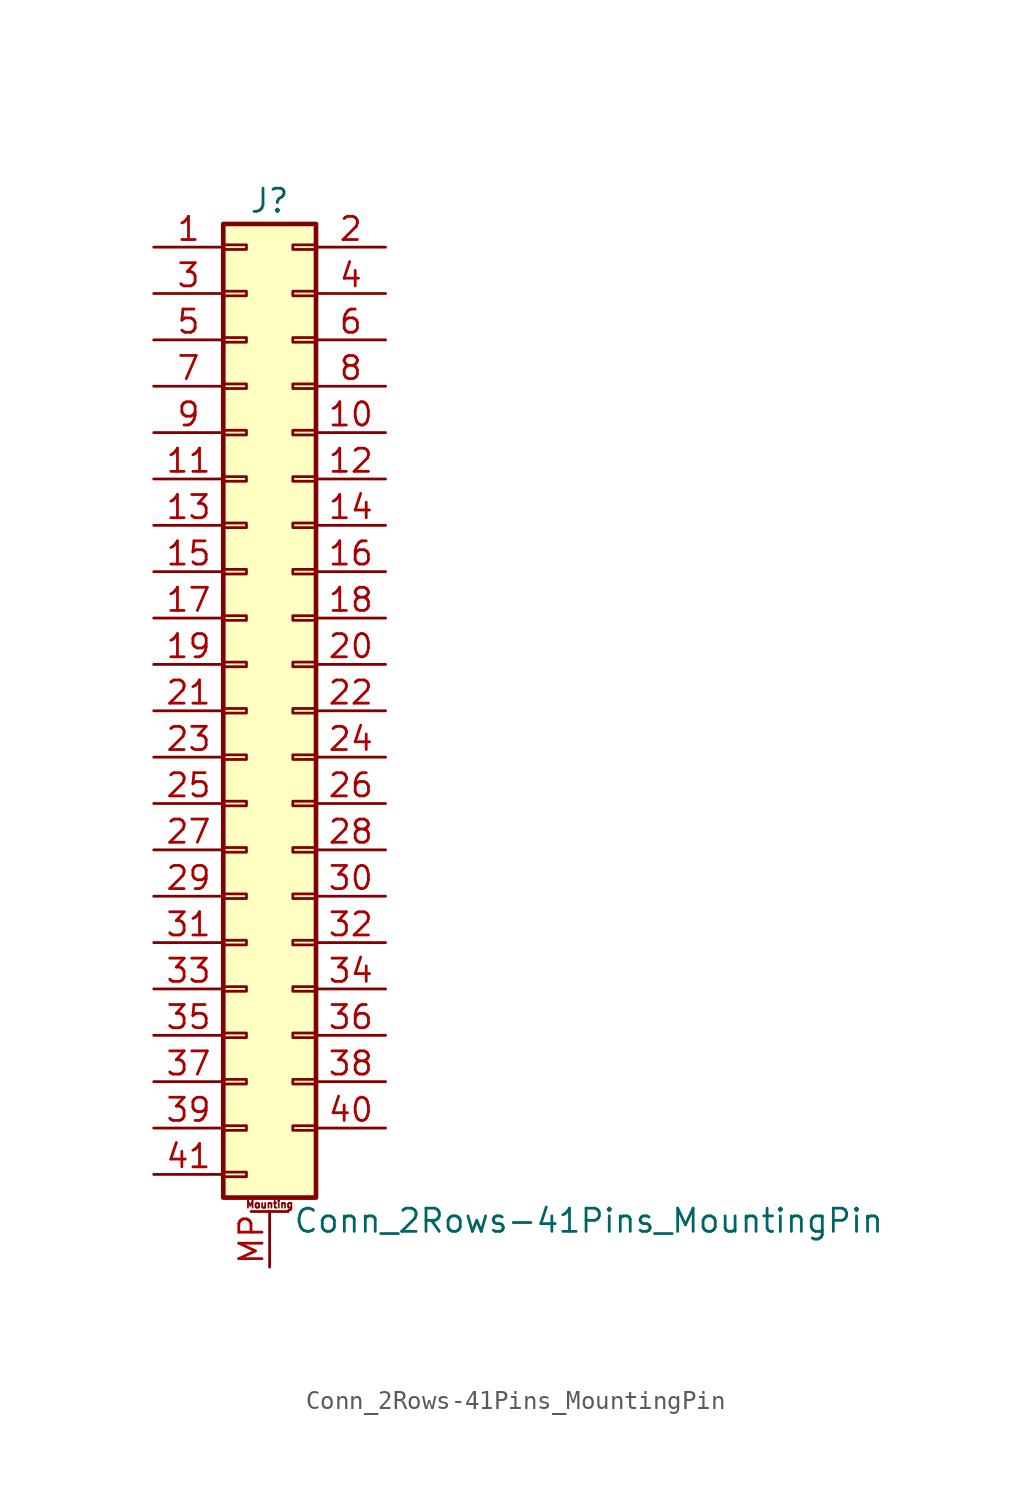
<source format=kicad_sym>
(kicad_symbol_lib
  (version 20211014)
  (generator kicad_symbol_editor)
  (symbol "Conn_2Rows-41Pins_MountingPin"
    (pin_names
      (offset 1.016) hide)
    (property "Reference" "J"
      (at 1.27 27.94 0)
      (effects (font (size 1.27 1.27))))
    (property "Value" "Conn_2Rows-41Pins_MountingPin"
      (at 2.54 -27.94 0)
      (effects (font (size 1.27 1.27)) (justify left)))
    (symbol "Conn_2Rows-41Pins_MountingPin_1_1"
      (rectangle (start -1.27 -25.273) (end 0 -25.527) (stroke (width 0.152) (type default) (color 0 0 0 0)) (fill (type none)))
      (rectangle (start -1.27 -22.733) (end 0 -22.987) (stroke (width 0.152) (type default) (color 0 0 0 0)) (fill (type none)))
      (rectangle (start -1.27 -20.193) (end 0 -20.447) (stroke (width 0.152) (type default) (color 0 0 0 0)) (fill (type none)))
      (rectangle (start -1.27 -17.653) (end 0 -17.907) (stroke (width 0.152) (type default) (color 0 0 0 0)) (fill (type none)))
      (rectangle (start -1.27 -15.113) (end 0 -15.367) (stroke (width 0.152) (type default) (color 0 0 0 0)) (fill (type none)))
      (rectangle (start -1.27 -12.573) (end 0 -12.827) (stroke (width 0.152) (type default) (color 0 0 0 0)) (fill (type none)))
      (rectangle (start -1.27 -10.033) (end 0 -10.287) (stroke (width 0.152) (type default) (color 0 0 0 0)) (fill (type none)))
      (rectangle (start -1.27 -7.493) (end 0 -7.747) (stroke (width 0.152) (type default) (color 0 0 0 0)) (fill (type none)))
      (rectangle (start -1.27 -4.953) (end 0 -5.207) (stroke (width 0.152) (type default) (color 0 0 0 0)) (fill (type none)))
      (rectangle (start -1.27 -2.413) (end 0 -2.667) (stroke (width 0.152) (type default) (color 0 0 0 0)) (fill (type none)))
      (rectangle (start -1.27 0.127) (end 0 -0.127) (stroke (width 0.152) (type default) (color 0 0 0 0)) (fill (type none)))
      (rectangle (start -1.27 2.667) (end 0 2.413) (stroke (width 0.152) (type default) (color 0 0 0 0)) (fill (type none)))
      (rectangle (start -1.27 5.207) (end 0 4.953) (stroke (width 0.152) (type default) (color 0 0 0 0)) (fill (type none)))
      (rectangle (start -1.27 7.747) (end 0 7.493) (stroke (width 0.152) (type default) (color 0 0 0 0)) (fill (type none)))
      (rectangle (start -1.27 10.287) (end 0 10.033) (stroke (width 0.152) (type default) (color 0 0 0 0)) (fill (type none)))
      (rectangle (start -1.27 12.827) (end 0 12.573) (stroke (width 0.152) (type default) (color 0 0 0 0)) (fill (type none)))
      (rectangle (start -1.27 15.367) (end 0 15.113) (stroke (width 0.152) (type default) (color 0 0 0 0)) (fill (type none)))
      (rectangle (start -1.27 17.907) (end 0 17.653) (stroke (width 0.152) (type default) (color 0 0 0 0)) (fill (type none)))
      (rectangle (start -1.27 20.447) (end 0 20.193) (stroke (width 0.152) (type default) (color 0 0 0 0)) (fill (type none)))
      (rectangle (start -1.27 22.987) (end 0 22.733) (stroke (width 0.152) (type default) (color 0 0 0 0)) (fill (type none)))
      (rectangle (start -1.27 25.527) (end 0 25.273) (stroke (width 0.152) (type default) (color 0 0 0 0)) (fill (type none)))
      (rectangle (start -1.27 26.67) (end 3.81 -26.67) (stroke (width 0.254) (type default) (color 0 0 0 0)) (fill (type background)))
      (polyline (pts (xy 0.254 -27.432) (xy 2.286 -27.432)) (stroke (width 0.152) (type default) (color 0 0 0 0)) (fill (type none)))
      (rectangle (start 3.81 -22.733) (end 2.54 -22.987) (stroke (width 0.152) (type default) (color 0 0 0 0)) (fill (type none)))
      (rectangle (start 3.81 -20.193) (end 2.54 -20.447) (stroke (width 0.152) (type default) (color 0 0 0 0)) (fill (type none)))
      (rectangle (start 3.81 -17.653) (end 2.54 -17.907) (stroke (width 0.152) (type default) (color 0 0 0 0)) (fill (type none)))
      (rectangle (start 3.81 -15.113) (end 2.54 -15.367) (stroke (width 0.152) (type default) (color 0 0 0 0)) (fill (type none)))
      (rectangle (start 3.81 -12.573) (end 2.54 -12.827) (stroke (width 0.152) (type default) (color 0 0 0 0)) (fill (type none)))
      (rectangle (start 3.81 -10.033) (end 2.54 -10.287) (stroke (width 0.152) (type default) (color 0 0 0 0)) (fill (type none)))
      (rectangle (start 3.81 -7.493) (end 2.54 -7.747) (stroke (width 0.152) (type default) (color 0 0 0 0)) (fill (type none)))
      (rectangle (start 3.81 -4.953) (end 2.54 -5.207) (stroke (width 0.152) (type default) (color 0 0 0 0)) (fill (type none)))
      (rectangle (start 3.81 -2.413) (end 2.54 -2.667) (stroke (width 0.152) (type default) (color 0 0 0 0)) (fill (type none)))
      (rectangle (start 3.81 0.127) (end 2.54 -0.127) (stroke (width 0.152) (type default) (color 0 0 0 0)) (fill (type none)))
      (rectangle (start 3.81 2.667) (end 2.54 2.413) (stroke (width 0.152) (type default) (color 0 0 0 0)) (fill (type none)))
      (rectangle (start 3.81 5.207) (end 2.54 4.953) (stroke (width 0.152) (type default) (color 0 0 0 0)) (fill (type none)))
      (rectangle (start 3.81 7.747) (end 2.54 7.493) (stroke (width 0.152) (type default) (color 0 0 0 0)) (fill (type none)))
      (rectangle (start 3.81 10.287) (end 2.54 10.033) (stroke (width 0.152) (type default) (color 0 0 0 0)) (fill (type none)))
      (rectangle (start 3.81 12.827) (end 2.54 12.573) (stroke (width 0.152) (type default) (color 0 0 0 0)) (fill (type none)))
      (rectangle (start 3.81 15.367) (end 2.54 15.113) (stroke (width 0.152) (type default) (color 0 0 0 0)) (fill (type none)))
      (rectangle (start 3.81 17.907) (end 2.54 17.653) (stroke (width 0.152) (type default) (color 0 0 0 0)) (fill (type none)))
      (rectangle (start 3.81 20.447) (end 2.54 20.193) (stroke (width 0.152) (type default) (color 0 0 0 0)) (fill (type none)))
      (rectangle (start 3.81 22.987) (end 2.54 22.733) (stroke (width 0.152) (type default) (color 0 0 0 0)) (fill (type none)))
      (rectangle (start 3.81 25.527) (end 2.54 25.273) (stroke (width 0.152) (type default) (color 0 0 0 0)) (fill (type none)))
      (text "Mounting" (at 1.27 -27.051 0) (effects (font (size 0.381 0.381))))
      (pin passive line (at -5.08 25.4 0) (length 3.81) (name "Pin_1" (effects (font (size 1.27 1.27)))) (number "1" (effects (font (size 1.27 1.27)))))
      (pin passive line (at 7.62 15.24 180) (length 3.81) (name "Pin_10" (effects (font (size 1.27 1.27)))) (number "10" (effects (font (size 1.27 1.27)))))
      (pin passive line (at -5.08 12.7 0) (length 3.81) (name "Pin_11" (effects (font (size 1.27 1.27)))) (number "11" (effects (font (size 1.27 1.27)))))
      (pin passive line (at 7.62 12.7 180) (length 3.81) (name "Pin_12" (effects (font (size 1.27 1.27)))) (number "12" (effects (font (size 1.27 1.27)))))
      (pin passive line (at -5.08 10.16 0) (length 3.81) (name "Pin_13" (effects (font (size 1.27 1.27)))) (number "13" (effects (font (size 1.27 1.27)))))
      (pin passive line (at 7.62 10.16 180) (length 3.81) (name "Pin_14" (effects (font (size 1.27 1.27)))) (number "14" (effects (font (size 1.27 1.27)))))
      (pin passive line (at -5.08 7.62 0) (length 3.81) (name "Pin_15" (effects (font (size 1.27 1.27)))) (number "15" (effects (font (size 1.27 1.27)))))
      (pin passive line (at 7.62 7.62 180) (length 3.81) (name "Pin_16" (effects (font (size 1.27 1.27)))) (number "16" (effects (font (size 1.27 1.27)))))
      (pin passive line (at -5.08 5.08 0) (length 3.81) (name "Pin_17" (effects (font (size 1.27 1.27)))) (number "17" (effects (font (size 1.27 1.27)))))
      (pin passive line (at 7.62 5.08 180) (length 3.81) (name "Pin_18" (effects (font (size 1.27 1.27)))) (number "18" (effects (font (size 1.27 1.27)))))
      (pin passive line (at -5.08 2.54 0) (length 3.81) (name "Pin_19" (effects (font (size 1.27 1.27)))) (number "19" (effects (font (size 1.27 1.27)))))
      (pin passive line (at 7.62 25.4 180) (length 3.81) (name "Pin_2" (effects (font (size 1.27 1.27)))) (number "2" (effects (font (size 1.27 1.27)))))
      (pin passive line (at 7.62 2.54 180) (length 3.81) (name "Pin_20" (effects (font (size 1.27 1.27)))) (number "20" (effects (font (size 1.27 1.27)))))
      (pin passive line (at -5.08 0 0) (length 3.81) (name "Pin_21" (effects (font (size 1.27 1.27)))) (number "21" (effects (font (size 1.27 1.27)))))
      (pin passive line (at 7.62 0 180) (length 3.81) (name "Pin_22" (effects (font (size 1.27 1.27)))) (number "22" (effects (font (size 1.27 1.27)))))
      (pin passive line (at -5.08 -2.54 0) (length 3.81) (name "Pin_23" (effects (font (size 1.27 1.27)))) (number "23" (effects (font (size 1.27 1.27)))))
      (pin passive line (at 7.62 -2.54 180) (length 3.81) (name "Pin_24" (effects (font (size 1.27 1.27)))) (number "24" (effects (font (size 1.27 1.27)))))
      (pin passive line (at -5.08 -5.08 0) (length 3.81) (name "Pin_25" (effects (font (size 1.27 1.27)))) (number "25" (effects (font (size 1.27 1.27)))))
      (pin passive line (at 7.62 -5.08 180) (length 3.81) (name "Pin_26" (effects (font (size 1.27 1.27)))) (number "26" (effects (font (size 1.27 1.27)))))
      (pin passive line (at -5.08 -7.62 0) (length 3.81) (name "Pin_27" (effects (font (size 1.27 1.27)))) (number "27" (effects (font (size 1.27 1.27)))))
      (pin passive line (at 7.62 -7.62 180) (length 3.81) (name "Pin_28" (effects (font (size 1.27 1.27)))) (number "28" (effects (font (size 1.27 1.27)))))
      (pin passive line (at -5.08 -10.16 0) (length 3.81) (name "Pin_29" (effects (font (size 1.27 1.27)))) (number "29" (effects (font (size 1.27 1.27)))))
      (pin passive line (at -5.08 22.86 0) (length 3.81) (name "Pin_3" (effects (font (size 1.27 1.27)))) (number "3" (effects (font (size 1.27 1.27)))))
      (pin passive line (at 7.62 -10.16 180) (length 3.81) (name "Pin_30" (effects (font (size 1.27 1.27)))) (number "30" (effects (font (size 1.27 1.27)))))
      (pin passive line (at -5.08 -12.7 0) (length 3.81) (name "Pin_31" (effects (font (size 1.27 1.27)))) (number "31" (effects (font (size 1.27 1.27)))))
      (pin passive line (at 7.62 -12.7 180) (length 3.81) (name "Pin_32" (effects (font (size 1.27 1.27)))) (number "32" (effects (font (size 1.27 1.27)))))
      (pin passive line (at -5.08 -15.24 0) (length 3.81) (name "Pin_33" (effects (font (size 1.27 1.27)))) (number "33" (effects (font (size 1.27 1.27)))))
      (pin passive line (at 7.62 -15.24 180) (length 3.81) (name "Pin_34" (effects (font (size 1.27 1.27)))) (number "34" (effects (font (size 1.27 1.27)))))
      (pin passive line (at -5.08 -17.78 0) (length 3.81) (name "Pin_35" (effects (font (size 1.27 1.27)))) (number "35" (effects (font (size 1.27 1.27)))))
      (pin passive line (at 7.62 -17.78 180) (length 3.81) (name "Pin_36" (effects (font (size 1.27 1.27)))) (number "36" (effects (font (size 1.27 1.27)))))
      (pin passive line (at -5.08 -20.32 0) (length 3.81) (name "Pin_37" (effects (font (size 1.27 1.27)))) (number "37" (effects (font (size 1.27 1.27)))))
      (pin passive line (at 7.62 -20.32 180) (length 3.81) (name "Pin_38" (effects (font (size 1.27 1.27)))) (number "38" (effects (font (size 1.27 1.27)))))
      (pin passive line (at -5.08 -22.86 0) (length 3.81) (name "Pin_39" (effects (font (size 1.27 1.27)))) (number "39" (effects (font (size 1.27 1.27)))))
      (pin passive line (at 7.62 22.86 180) (length 3.81) (name "Pin_4" (effects (font (size 1.27 1.27)))) (number "4" (effects (font (size 1.27 1.27)))))
      (pin passive line (at 7.62 -22.86 180) (length 3.81) (name "Pin_40" (effects (font (size 1.27 1.27)))) (number "40" (effects (font (size 1.27 1.27)))))
      (pin passive line (at -5.08 -25.4 0) (length 3.81) (name "Pin_41" (effects (font (size 1.27 1.27)))) (number "41" (effects (font (size 1.27 1.27)))))
      (pin passive line (at -5.08 20.32 0) (length 3.81) (name "Pin_5" (effects (font (size 1.27 1.27)))) (number "5" (effects (font (size 1.27 1.27)))))
      (pin passive line (at 7.62 20.32 180) (length 3.81) (name "Pin_6" (effects (font (size 1.27 1.27)))) (number "6" (effects (font (size 1.27 1.27)))))
      (pin passive line (at -5.08 17.78 0) (length 3.81) (name "Pin_7" (effects (font (size 1.27 1.27)))) (number "7" (effects (font (size 1.27 1.27)))))
      (pin passive line (at 7.62 17.78 180) (length 3.81) (name "Pin_8" (effects (font (size 1.27 1.27)))) (number "8" (effects (font (size 1.27 1.27)))))
      (pin passive line (at -5.08 15.24 0) (length 3.81) (name "Pin_9" (effects (font (size 1.27 1.27)))) (number "9" (effects (font (size 1.27 1.27)))))
      (pin passive line (at 1.27 -30.48 90) (length 3.048) (name "MountPin" (effects (font (size 1.27 1.27)))) (number "MP" (effects (font (size 1.27 1.27))))))))
</source>
